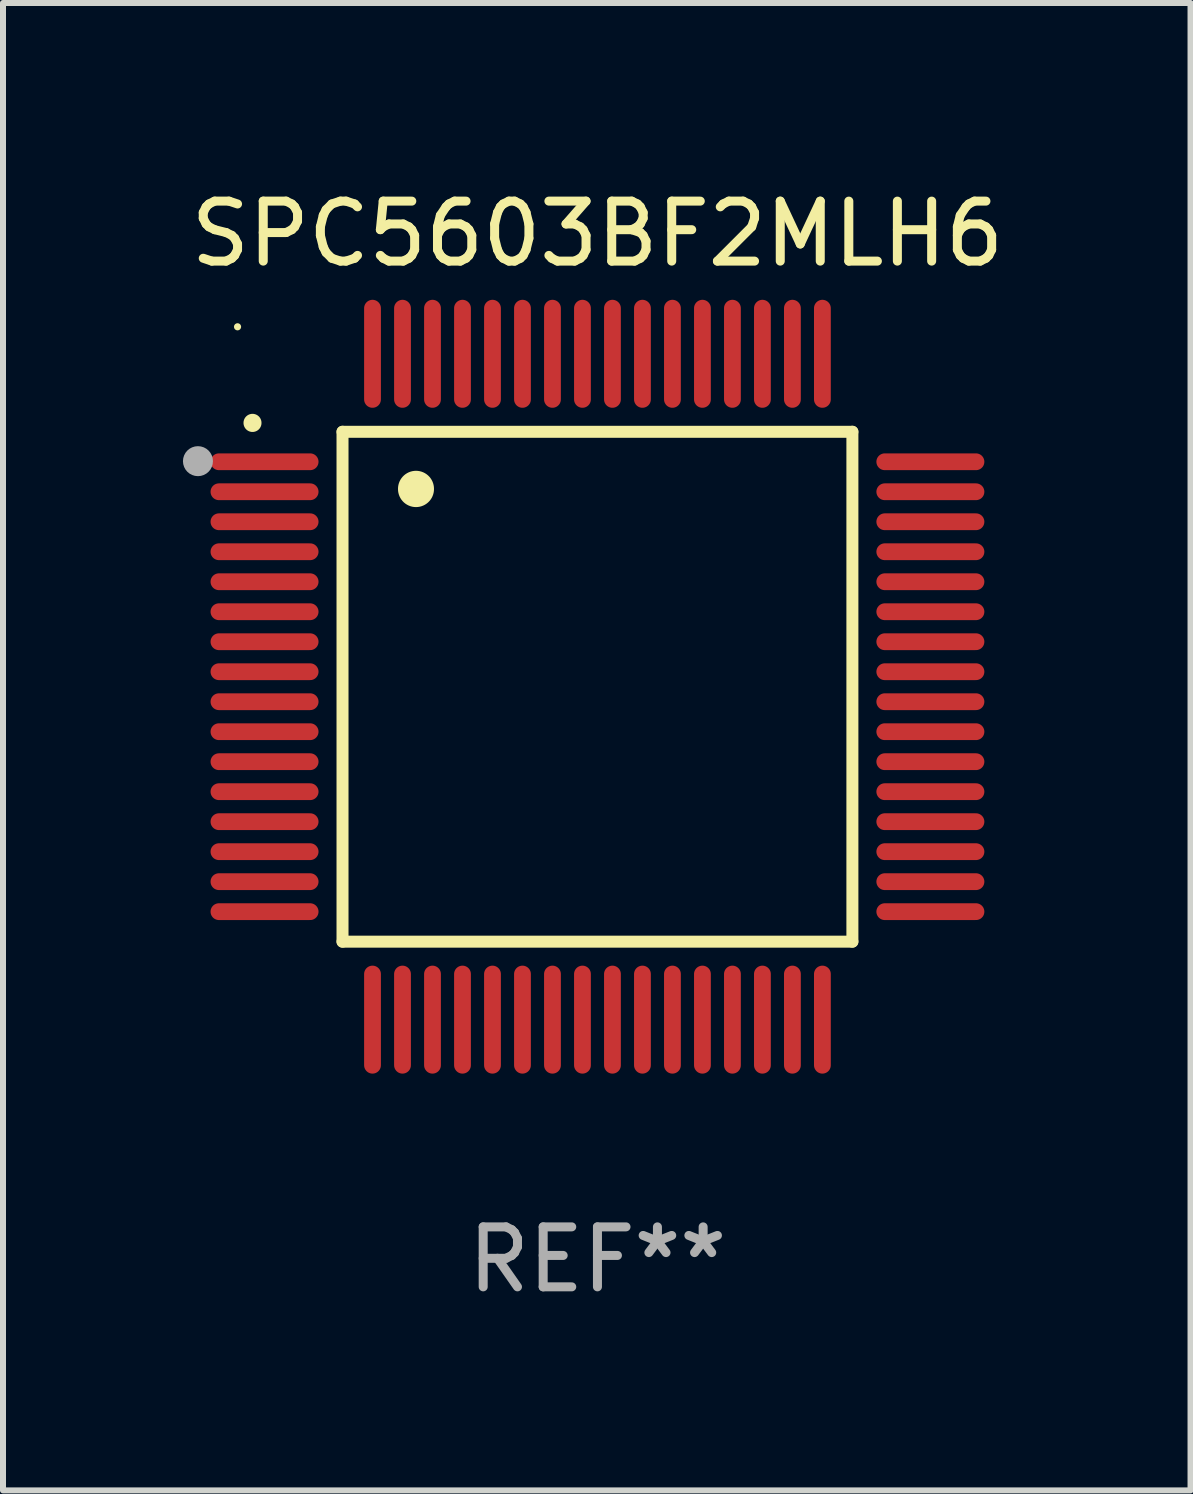
<source format=kicad_pcb>
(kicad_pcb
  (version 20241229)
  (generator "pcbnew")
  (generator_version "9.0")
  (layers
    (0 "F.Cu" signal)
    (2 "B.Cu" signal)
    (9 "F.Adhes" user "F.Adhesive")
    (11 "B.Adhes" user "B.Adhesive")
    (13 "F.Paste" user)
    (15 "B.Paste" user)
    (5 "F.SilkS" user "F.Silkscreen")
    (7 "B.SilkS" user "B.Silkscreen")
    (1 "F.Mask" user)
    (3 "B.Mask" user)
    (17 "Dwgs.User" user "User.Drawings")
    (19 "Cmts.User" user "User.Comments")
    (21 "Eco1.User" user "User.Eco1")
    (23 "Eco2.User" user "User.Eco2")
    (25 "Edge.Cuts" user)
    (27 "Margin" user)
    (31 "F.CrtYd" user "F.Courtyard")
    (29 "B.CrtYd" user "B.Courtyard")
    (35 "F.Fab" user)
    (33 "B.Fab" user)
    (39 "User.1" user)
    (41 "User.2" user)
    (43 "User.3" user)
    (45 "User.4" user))
  (footprint "SPC5603BF2MLH6"
    (layer "F.Cu")
    (at 6.91 8.398)
    (property "Reference" "SPC5603BF2MLH6" (at 0 -7.55 0) (layer "F.SilkS") (effects (font (size 1 1) (thickness 0.15))))
    (attr through_hole)
    (fp_line (start -4.25 -4.25) (end -4.25 4.25) (stroke (width 0.2) (type solid)) (layer "F.SilkS"))
    (fp_line (start -4.25 4.25) (end 4.25 4.25) (stroke (width 0.2) (type solid)) (layer "F.SilkS"))
    (fp_line (start 4.25 -4.25) (end -4.25 -4.25) (stroke (width 0.2) (type solid)) (layer "F.SilkS"))
    (fp_line (start 4.25 4.25) (end 4.25 -4.25) (stroke (width 0.2) (type solid)) (layer "F.SilkS"))
    (fp_arc (start -5.750572 -4.396749) (mid -5.750577 -4.398019) (end -5.750572 -4.399289) (stroke (width 0.3) (type solid)) (layer "F.SilkS"))
    (fp_arc (start -3.025146 -3.294387) (mid -3.025157 -3.296927) (end -3.025146 -3.299467) (stroke (width 0.6) (type solid)) (layer "F.SilkS"))
    (fp_circle (center -6 -6) (end -5.97 -6) (stroke (width 0.06) (type solid)) (fill no) (layer "F.SilkS"))
    (fp_circle (center -6.66 -3.76) (end -6.535 -3.76) (stroke (width 0.25) (type solid)) (fill no) (layer "F.Fab"))
    (fp_text user "REF**" (at 0 9.55 0) (layer "F.Fab") (effects (font (size 1 1) (thickness 0.15))))
    (pad "1" smd oval (at -5.55 -3.75) (size 1.8 0.28) (layers "F.Cu" "F.Mask" "F.Paste"))
    (pad "2" smd oval (at -5.55 -3.25) (size 1.8 0.28) (layers "F.Cu" "F.Mask" "F.Paste"))
    (pad "3" smd oval (at -5.55 -2.75) (size 1.8 0.28) (layers "F.Cu" "F.Mask" "F.Paste"))
    (pad "4" smd oval (at -5.55 -2.25) (size 1.8 0.28) (layers "F.Cu" "F.Mask" "F.Paste"))
    (pad "5" smd oval (at -5.55 -1.75) (size 1.8 0.28) (layers "F.Cu" "F.Mask" "F.Paste"))
    (pad "6" smd oval (at -5.55 -1.25) (size 1.8 0.28) (layers "F.Cu" "F.Mask" "F.Paste"))
    (pad "7" smd oval (at -5.55 -0.75) (size 1.8 0.28) (layers "F.Cu" "F.Mask" "F.Paste"))
    (pad "8" smd oval (at -5.55 -0.25) (size 1.8 0.28) (layers "F.Cu" "F.Mask" "F.Paste"))
    (pad "9" smd oval (at -5.55 0.25) (size 1.8 0.28) (layers "F.Cu" "F.Mask" "F.Paste"))
    (pad "10" smd oval (at -5.55 0.75) (size 1.8 0.28) (layers "F.Cu" "F.Mask" "F.Paste"))
    (pad "11" smd oval (at -5.55 1.25) (size 1.8 0.28) (layers "F.Cu" "F.Mask" "F.Paste"))
    (pad "12" smd oval (at -5.55 1.75) (size 1.8 0.28) (layers "F.Cu" "F.Mask" "F.Paste"))
    (pad "13" smd oval (at -5.55 2.25) (size 1.8 0.28) (layers "F.Cu" "F.Mask" "F.Paste"))
    (pad "14" smd oval (at -5.55 2.75) (size 1.8 0.28) (layers "F.Cu" "F.Mask" "F.Paste"))
    (pad "15" smd oval (at -5.55 3.25) (size 1.8 0.28) (layers "F.Cu" "F.Mask" "F.Paste"))
    (pad "16" smd oval (at -5.55 3.75) (size 1.8 0.28) (layers "F.Cu" "F.Mask" "F.Paste"))
    (pad "17" smd oval (at -3.75 5.55) (size 0.28 1.8) (layers "F.Cu" "F.Mask" "F.Paste"))
    (pad "18" smd oval (at -3.25 5.55) (size 0.28 1.8) (layers "F.Cu" "F.Mask" "F.Paste"))
    (pad "19" smd oval (at -2.75 5.55) (size 0.28 1.8) (layers "F.Cu" "F.Mask" "F.Paste"))
    (pad "20" smd oval (at -2.25 5.55) (size 0.28 1.8) (layers "F.Cu" "F.Mask" "F.Paste"))
    (pad "21" smd oval (at -1.75 5.55) (size 0.28 1.8) (layers "F.Cu" "F.Mask" "F.Paste"))
    (pad "22" smd oval (at -1.25 5.55) (size 0.28 1.8) (layers "F.Cu" "F.Mask" "F.Paste"))
    (pad "23" smd oval (at -0.75 5.55) (size 0.28 1.8) (layers "F.Cu" "F.Mask" "F.Paste"))
    (pad "24" smd oval (at -0.25 5.55) (size 0.28 1.8) (layers "F.Cu" "F.Mask" "F.Paste"))
    (pad "25" smd oval (at 0.25 5.55) (size 0.28 1.8) (layers "F.Cu" "F.Mask" "F.Paste"))
    (pad "26" smd oval (at 0.75 5.55) (size 0.28 1.8) (layers "F.Cu" "F.Mask" "F.Paste"))
    (pad "27" smd oval (at 1.25 5.55) (size 0.28 1.8) (layers "F.Cu" "F.Mask" "F.Paste"))
    (pad "28" smd oval (at 1.75 5.55) (size 0.28 1.8) (layers "F.Cu" "F.Mask" "F.Paste"))
    (pad "29" smd oval (at 2.25 5.55) (size 0.28 1.8) (layers "F.Cu" "F.Mask" "F.Paste"))
    (pad "30" smd oval (at 2.75 5.55) (size 0.28 1.8) (layers "F.Cu" "F.Mask" "F.Paste"))
    (pad "31" smd oval (at 3.25 5.55) (size 0.28 1.8) (layers "F.Cu" "F.Mask" "F.Paste"))
    (pad "32" smd oval (at 3.75 5.55) (size 0.28 1.8) (layers "F.Cu" "F.Mask" "F.Paste"))
    (pad "33" smd oval (at 5.55 3.75) (size 1.8 0.28) (layers "F.Cu" "F.Mask" "F.Paste"))
    (pad "34" smd oval (at 5.55 3.25) (size 1.8 0.28) (layers "F.Cu" "F.Mask" "F.Paste"))
    (pad "35" smd oval (at 5.55 2.75) (size 1.8 0.28) (layers "F.Cu" "F.Mask" "F.Paste"))
    (pad "36" smd oval (at 5.55 2.25) (size 1.8 0.28) (layers "F.Cu" "F.Mask" "F.Paste"))
    (pad "37" smd oval (at 5.55 1.75) (size 1.8 0.28) (layers "F.Cu" "F.Mask" "F.Paste"))
    (pad "38" smd oval (at 5.55 1.25) (size 1.8 0.28) (layers "F.Cu" "F.Mask" "F.Paste"))
    (pad "39" smd oval (at 5.55 0.75) (size 1.8 0.28) (layers "F.Cu" "F.Mask" "F.Paste"))
    (pad "40" smd oval (at 5.55 0.25) (size 1.8 0.28) (layers "F.Cu" "F.Mask" "F.Paste"))
    (pad "41" smd oval (at 5.55 -0.25) (size 1.8 0.28) (layers "F.Cu" "F.Mask" "F.Paste"))
    (pad "42" smd oval (at 5.55 -0.75) (size 1.8 0.28) (layers "F.Cu" "F.Mask" "F.Paste"))
    (pad "43" smd oval (at 5.55 -1.25) (size 1.8 0.28) (layers "F.Cu" "F.Mask" "F.Paste"))
    (pad "44" smd oval (at 5.55 -1.75) (size 1.8 0.28) (layers "F.Cu" "F.Mask" "F.Paste"))
    (pad "45" smd oval (at 5.55 -2.25) (size 1.8 0.28) (layers "F.Cu" "F.Mask" "F.Paste"))
    (pad "46" smd oval (at 5.55 -2.75) (size 1.8 0.28) (layers "F.Cu" "F.Mask" "F.Paste"))
    (pad "47" smd oval (at 5.55 -3.25) (size 1.8 0.28) (layers "F.Cu" "F.Mask" "F.Paste"))
    (pad "48" smd oval (at 5.55 -3.75) (size 1.8 0.28) (layers "F.Cu" "F.Mask" "F.Paste"))
    (pad "49" smd oval (at 3.75 -5.55) (size 0.28 1.8) (layers "F.Cu" "F.Mask" "F.Paste"))
    (pad "50" smd oval (at 3.25 -5.55) (size 0.28 1.8) (layers "F.Cu" "F.Mask" "F.Paste"))
    (pad "51" smd oval (at 2.75 -5.55) (size 0.28 1.8) (layers "F.Cu" "F.Mask" "F.Paste"))
    (pad "52" smd oval (at 2.25 -5.55) (size 0.28 1.8) (layers "F.Cu" "F.Mask" "F.Paste"))
    (pad "53" smd oval (at 1.75 -5.55) (size 0.28 1.8) (layers "F.Cu" "F.Mask" "F.Paste"))
    (pad "54" smd oval (at 1.25 -5.55) (size 0.28 1.8) (layers "F.Cu" "F.Mask" "F.Paste"))
    (pad "55" smd oval (at 0.75 -5.55) (size 0.28 1.8) (layers "F.Cu" "F.Mask" "F.Paste"))
    (pad "56" smd oval (at 0.25 -5.55) (size 0.28 1.8) (layers "F.Cu" "F.Mask" "F.Paste"))
    (pad "57" smd oval (at -0.25 -5.55) (size 0.28 1.8) (layers "F.Cu" "F.Mask" "F.Paste"))
    (pad "58" smd oval (at -0.75 -5.55) (size 0.28 1.8) (layers "F.Cu" "F.Mask" "F.Paste"))
    (pad "59" smd oval (at -1.25 -5.55) (size 0.28 1.8) (layers "F.Cu" "F.Mask" "F.Paste"))
    (pad "60" smd oval (at -1.75 -5.55) (size 0.28 1.8) (layers "F.Cu" "F.Mask" "F.Paste"))
    (pad "61" smd oval (at -2.25 -5.55) (size 0.28 1.8) (layers "F.Cu" "F.Mask" "F.Paste"))
    (pad "62" smd oval (at -2.75 -5.55) (size 0.28 1.8) (layers "F.Cu" "F.Mask" "F.Paste"))
    (pad "63" smd oval (at -3.25 -5.55) (size 0.28 1.8) (layers "F.Cu" "F.Mask" "F.Paste"))
    (pad "64" smd oval (at -3.75 -5.55) (size 0.28 1.8) (layers "F.Cu" "F.Mask" "F.Paste")))
  (gr_rect
    (start -3 -3)
    (end 16.797 21.796)
    (stroke (width 0.1) (type default))
    (fill no)
    (layer "Edge.Cuts")))
</source>
